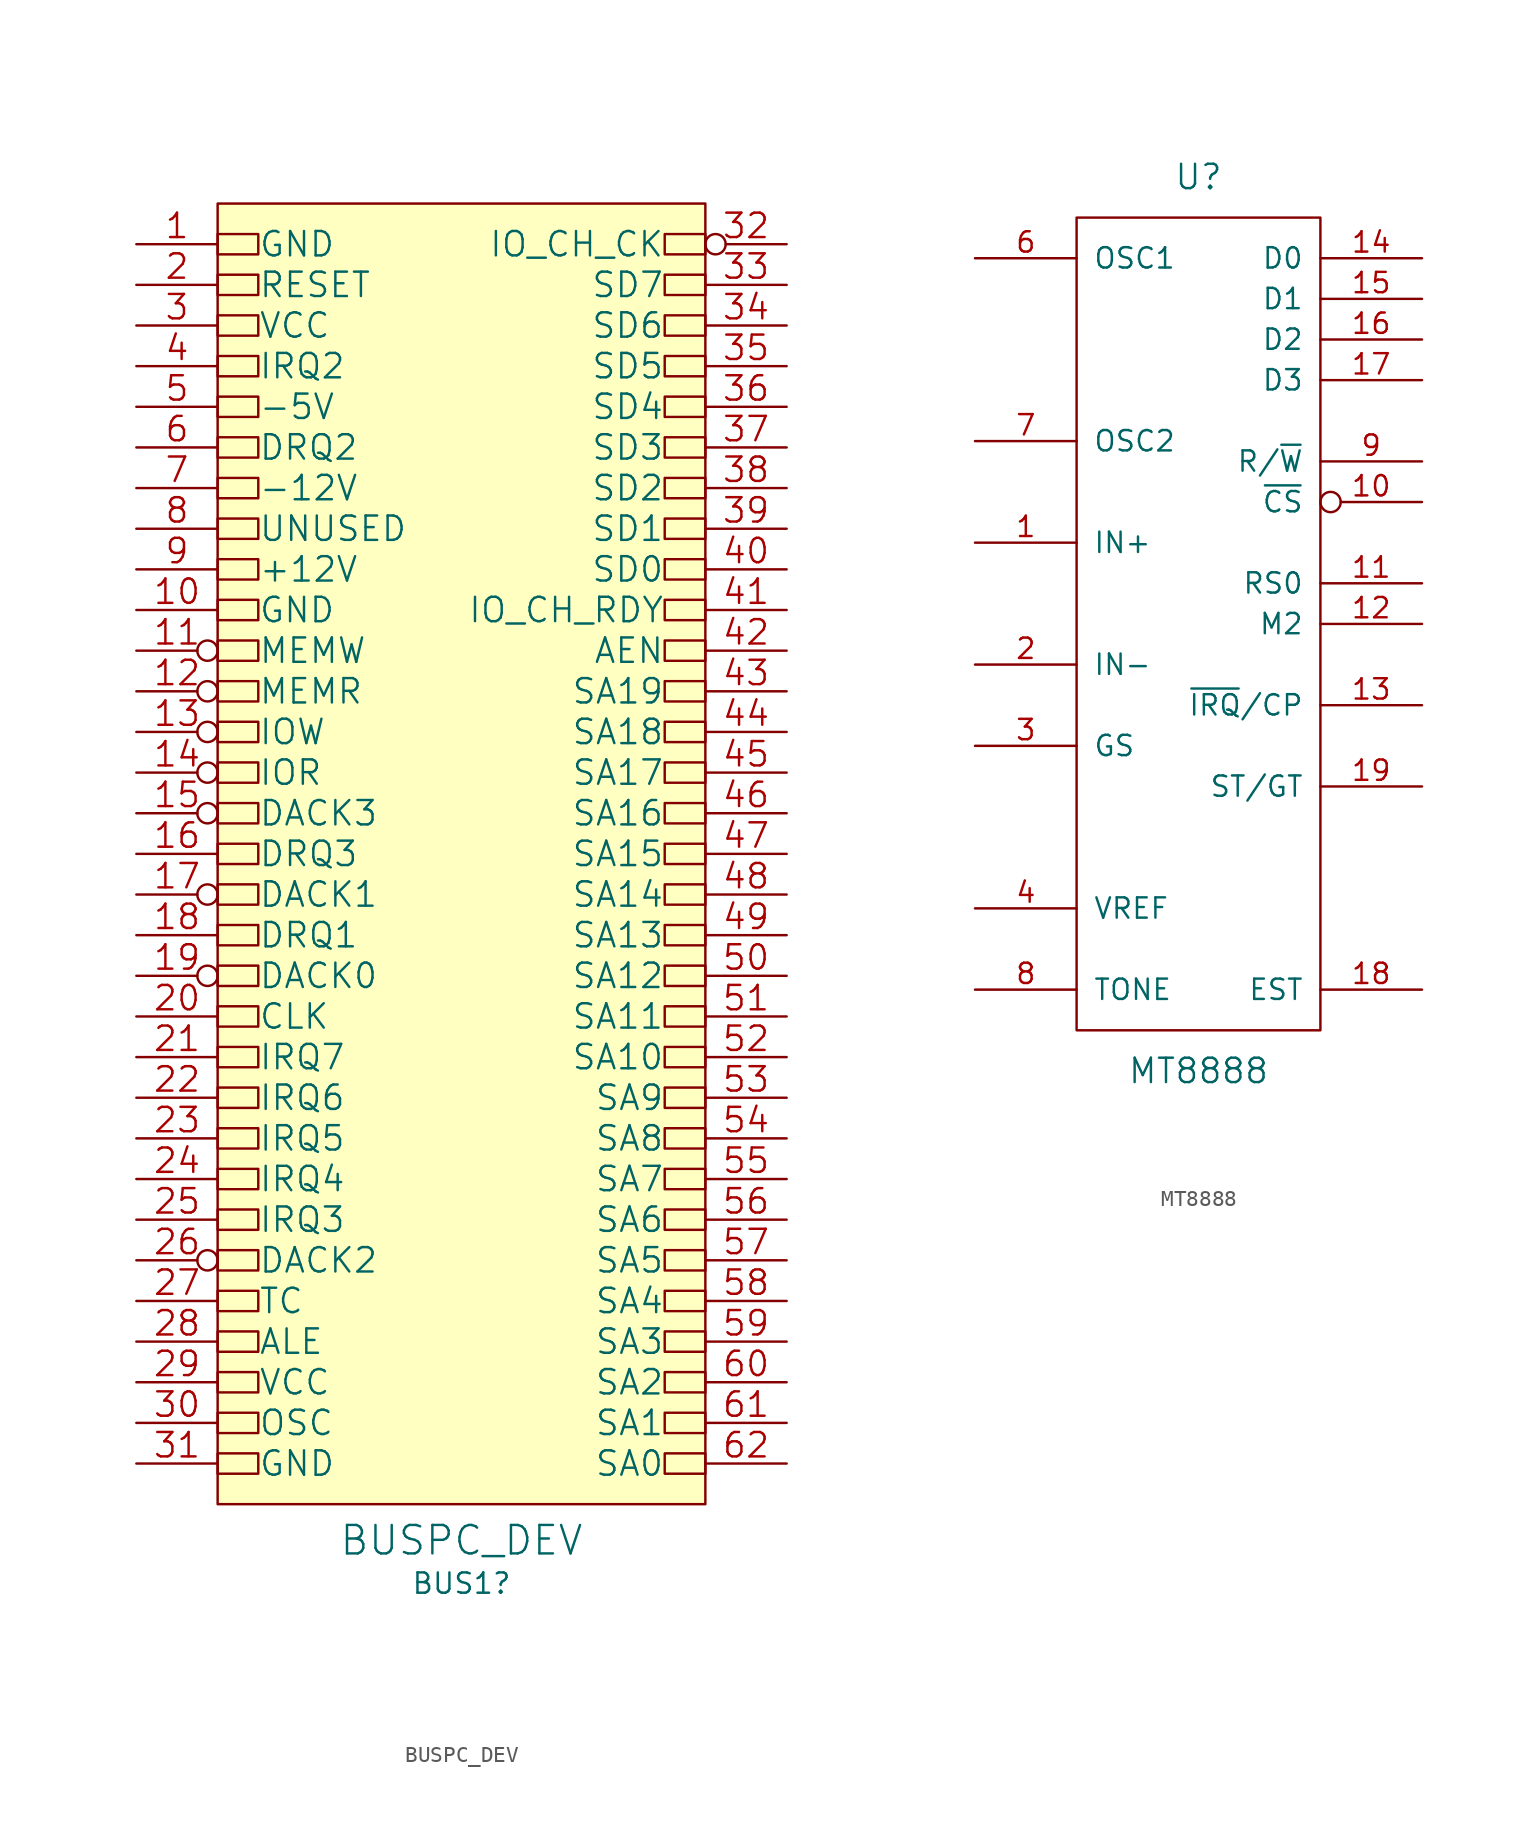
<source format=kicad_sym>
(kicad_symbol_lib
  (version 20211014)
  (generator kicad_symbol_editor)
  (symbol "BUSPC_DEV"
    (pin_names
      (offset 2.54))
    (property "Reference" "BUS1"
      (at 0 -45.593 0)
      (effects (font (size 1.27 1.27))))
    (property "Value" "BUSPC_DEV"
      (at 0 -42.901 0)
      (effects (font (size 1.778 1.778))))
    (property "Datasheet" ""
      (at 0 0 0)
      (effects (font (size 1.524 1.524))))
    (symbol "BUSPC_DEV_0_1"
      (rectangle (start -15.24 -40.64) (end 15.24 40.64) (stroke (width 0) (type default) (color 0 0 0 0)) (fill (type background)))
      (rectangle (start -15.24 -37.465) (end -12.7 -38.735) (stroke (width 0.152) (type default) (color 0 0 0 0)) (fill (type none)))
      (rectangle (start -15.24 -34.925) (end -12.7 -36.195) (stroke (width 0.152) (type default) (color 0 0 0 0)) (fill (type none)))
      (rectangle (start -15.24 -32.385) (end -12.7 -33.655) (stroke (width 0.152) (type default) (color 0 0 0 0)) (fill (type none)))
      (rectangle (start -15.24 -29.845) (end -12.7 -31.115) (stroke (width 0.152) (type default) (color 0 0 0 0)) (fill (type none)))
      (rectangle (start -15.24 -27.305) (end -12.7 -28.575) (stroke (width 0.152) (type default) (color 0 0 0 0)) (fill (type none)))
      (rectangle (start -15.24 -24.765) (end -12.7 -26.035) (stroke (width 0.152) (type default) (color 0 0 0 0)) (fill (type none)))
      (rectangle (start -15.24 -22.225) (end -12.7 -23.495) (stroke (width 0.152) (type default) (color 0 0 0 0)) (fill (type none)))
      (rectangle (start -15.24 -19.685) (end -12.7 -20.955) (stroke (width 0.152) (type default) (color 0 0 0 0)) (fill (type none)))
      (rectangle (start -15.24 -17.145) (end -12.7 -18.415) (stroke (width 0.152) (type default) (color 0 0 0 0)) (fill (type none)))
      (rectangle (start -15.24 -14.605) (end -12.7 -15.875) (stroke (width 0.152) (type default) (color 0 0 0 0)) (fill (type none)))
      (rectangle (start -15.24 -12.065) (end -12.7 -13.335) (stroke (width 0.152) (type default) (color 0 0 0 0)) (fill (type none)))
      (rectangle (start -15.24 -9.525) (end -12.7 -10.795) (stroke (width 0.152) (type default) (color 0 0 0 0)) (fill (type none)))
      (rectangle (start -15.24 -6.985) (end -12.7 -8.255) (stroke (width 0.152) (type default) (color 0 0 0 0)) (fill (type none)))
      (rectangle (start -15.24 -4.445) (end -12.7 -5.715) (stroke (width 0.152) (type default) (color 0 0 0 0)) (fill (type none)))
      (rectangle (start -15.24 -1.905) (end -12.7 -3.175) (stroke (width 0.152) (type default) (color 0 0 0 0)) (fill (type none)))
      (rectangle (start -15.24 0.635) (end -12.7 -0.635) (stroke (width 0.152) (type default) (color 0 0 0 0)) (fill (type none)))
      (rectangle (start -15.24 3.175) (end -12.7 1.905) (stroke (width 0.152) (type default) (color 0 0 0 0)) (fill (type none)))
      (rectangle (start -15.24 5.715) (end -12.7 4.445) (stroke (width 0.152) (type default) (color 0 0 0 0)) (fill (type none)))
      (rectangle (start -15.24 8.255) (end -12.7 6.985) (stroke (width 0.152) (type default) (color 0 0 0 0)) (fill (type none)))
      (rectangle (start -15.24 10.795) (end -12.7 9.525) (stroke (width 0.152) (type default) (color 0 0 0 0)) (fill (type none)))
      (rectangle (start -15.24 13.335) (end -12.7 12.065) (stroke (width 0.152) (type default) (color 0 0 0 0)) (fill (type none)))
      (rectangle (start -15.24 15.875) (end -12.7 14.605) (stroke (width 0.152) (type default) (color 0 0 0 0)) (fill (type none)))
      (rectangle (start -15.24 18.415) (end -12.7 17.145) (stroke (width 0.152) (type default) (color 0 0 0 0)) (fill (type none)))
      (rectangle (start -15.24 20.955) (end -12.7 19.685) (stroke (width 0.152) (type default) (color 0 0 0 0)) (fill (type none)))
      (rectangle (start -15.24 23.495) (end -12.7 22.225) (stroke (width 0.152) (type default) (color 0 0 0 0)) (fill (type none)))
      (rectangle (start -15.24 26.035) (end -12.7 24.765) (stroke (width 0.152) (type default) (color 0 0 0 0)) (fill (type none)))
      (rectangle (start -15.24 28.575) (end -12.7 27.305) (stroke (width 0.152) (type default) (color 0 0 0 0)) (fill (type none)))
      (rectangle (start -15.24 31.115) (end -12.7 29.845) (stroke (width 0.152) (type default) (color 0 0 0 0)) (fill (type none)))
      (rectangle (start -15.24 33.655) (end -12.7 32.385) (stroke (width 0.152) (type default) (color 0 0 0 0)) (fill (type none)))
      (rectangle (start -15.24 36.195) (end -12.7 34.925) (stroke (width 0.152) (type default) (color 0 0 0 0)) (fill (type none)))
      (rectangle (start -15.24 38.735) (end -12.7 37.465) (stroke (width 0.152) (type default) (color 0 0 0 0)) (fill (type none)))
      (rectangle (start 12.7 -37.465) (end 15.24 -38.735) (stroke (width 0.152) (type default) (color 0 0 0 0)) (fill (type none)))
      (rectangle (start 12.7 -34.925) (end 15.24 -36.195) (stroke (width 0.152) (type default) (color 0 0 0 0)) (fill (type none)))
      (rectangle (start 12.7 -32.385) (end 15.24 -33.655) (stroke (width 0.152) (type default) (color 0 0 0 0)) (fill (type none)))
      (rectangle (start 12.7 -29.845) (end 15.24 -31.115) (stroke (width 0.152) (type default) (color 0 0 0 0)) (fill (type none)))
      (rectangle (start 12.7 -27.305) (end 15.24 -28.575) (stroke (width 0.152) (type default) (color 0 0 0 0)) (fill (type none)))
      (rectangle (start 12.7 -24.765) (end 15.24 -26.035) (stroke (width 0.152) (type default) (color 0 0 0 0)) (fill (type none)))
      (rectangle (start 12.7 -22.225) (end 15.24 -23.495) (stroke (width 0.152) (type default) (color 0 0 0 0)) (fill (type none)))
      (rectangle (start 12.7 -19.685) (end 15.24 -20.955) (stroke (width 0.152) (type default) (color 0 0 0 0)) (fill (type none)))
      (rectangle (start 12.7 -17.145) (end 15.24 -18.415) (stroke (width 0.152) (type default) (color 0 0 0 0)) (fill (type none)))
      (rectangle (start 12.7 -14.605) (end 15.24 -15.875) (stroke (width 0.152) (type default) (color 0 0 0 0)) (fill (type none)))
      (rectangle (start 12.7 -12.065) (end 15.24 -13.335) (stroke (width 0.152) (type default) (color 0 0 0 0)) (fill (type none)))
      (rectangle (start 12.7 -9.525) (end 15.24 -10.795) (stroke (width 0.152) (type default) (color 0 0 0 0)) (fill (type none)))
      (rectangle (start 12.7 -6.985) (end 15.24 -8.255) (stroke (width 0.152) (type default) (color 0 0 0 0)) (fill (type none)))
      (rectangle (start 12.7 -4.445) (end 15.24 -5.715) (stroke (width 0.152) (type default) (color 0 0 0 0)) (fill (type none)))
      (rectangle (start 12.7 -1.905) (end 15.24 -3.175) (stroke (width 0.152) (type default) (color 0 0 0 0)) (fill (type none)))
      (rectangle (start 12.7 0.635) (end 15.24 -0.635) (stroke (width 0.152) (type default) (color 0 0 0 0)) (fill (type none)))
      (rectangle (start 12.7 3.175) (end 15.24 1.905) (stroke (width 0.152) (type default) (color 0 0 0 0)) (fill (type none)))
      (rectangle (start 12.7 5.715) (end 15.24 4.445) (stroke (width 0.152) (type default) (color 0 0 0 0)) (fill (type none)))
      (rectangle (start 12.7 8.255) (end 15.24 6.985) (stroke (width 0.152) (type default) (color 0 0 0 0)) (fill (type none)))
      (rectangle (start 12.7 10.795) (end 15.24 9.525) (stroke (width 0.152) (type default) (color 0 0 0 0)) (fill (type none)))
      (rectangle (start 12.7 13.335) (end 15.24 12.065) (stroke (width 0.152) (type default) (color 0 0 0 0)) (fill (type none)))
      (rectangle (start 12.7 15.875) (end 15.24 14.605) (stroke (width 0.152) (type default) (color 0 0 0 0)) (fill (type none)))
      (rectangle (start 12.7 18.415) (end 15.24 17.145) (stroke (width 0.152) (type default) (color 0 0 0 0)) (fill (type none)))
      (rectangle (start 12.7 20.955) (end 15.24 19.685) (stroke (width 0.152) (type default) (color 0 0 0 0)) (fill (type none)))
      (rectangle (start 12.7 23.495) (end 15.24 22.225) (stroke (width 0.152) (type default) (color 0 0 0 0)) (fill (type none)))
      (rectangle (start 12.7 26.035) (end 15.24 24.765) (stroke (width 0.152) (type default) (color 0 0 0 0)) (fill (type none)))
      (rectangle (start 12.7 28.575) (end 15.24 27.305) (stroke (width 0.152) (type default) (color 0 0 0 0)) (fill (type none)))
      (rectangle (start 12.7 31.115) (end 15.24 29.845) (stroke (width 0.152) (type default) (color 0 0 0 0)) (fill (type none)))
      (rectangle (start 12.7 33.655) (end 15.24 32.385) (stroke (width 0.152) (type default) (color 0 0 0 0)) (fill (type none)))
      (rectangle (start 12.7 36.195) (end 15.24 34.925) (stroke (width 0.152) (type default) (color 0 0 0 0)) (fill (type none)))
      (rectangle (start 12.7 38.735) (end 15.24 37.465) (stroke (width 0.152) (type default) (color 0 0 0 0)) (fill (type none))))
    (symbol "BUSPC_DEV_1_1"
      (pin power_out line (at -20.32 38.1 0) (length 5.08) (name "GND" (effects (font (size 1.524 1.524)))) (number "1" (effects (font (size 1.524 1.524)))))
      (pin power_in line (at -20.32 15.24 0) (length 5.08) (name "GND" (effects (font (size 1.524 1.524)))) (number "10" (effects (font (size 1.524 1.524)))))
      (pin output inverted (at -20.32 12.7 0) (length 5.08) (name "MEMW" (effects (font (size 1.524 1.524)))) (number "11" (effects (font (size 1.524 1.524)))))
      (pin output inverted (at -20.32 10.16 0) (length 5.08) (name "MEMR" (effects (font (size 1.524 1.524)))) (number "12" (effects (font (size 1.524 1.524)))))
      (pin output inverted (at -20.32 7.62 0) (length 5.08) (name "IOW" (effects (font (size 1.524 1.524)))) (number "13" (effects (font (size 1.524 1.524)))))
      (pin output inverted (at -20.32 5.08 0) (length 5.08) (name "IOR" (effects (font (size 1.524 1.524)))) (number "14" (effects (font (size 1.524 1.524)))))
      (pin output inverted (at -20.32 2.54 0) (length 5.08) (name "DACK3" (effects (font (size 1.524 1.524)))) (number "15" (effects (font (size 1.524 1.524)))))
      (pin input line (at -20.32 0 0) (length 5.08) (name "DRQ3" (effects (font (size 1.524 1.524)))) (number "16" (effects (font (size 1.524 1.524)))))
      (pin output inverted (at -20.32 -2.54 0) (length 5.08) (name "DACK1" (effects (font (size 1.524 1.524)))) (number "17" (effects (font (size 1.524 1.524)))))
      (pin input line (at -20.32 -5.08 0) (length 5.08) (name "DRQ1" (effects (font (size 1.524 1.524)))) (number "18" (effects (font (size 1.524 1.524)))))
      (pin output inverted (at -20.32 -7.62 0) (length 5.08) (name "DACK0" (effects (font (size 1.524 1.524)))) (number "19" (effects (font (size 1.524 1.524)))))
      (pin output line (at -20.32 35.56 0) (length 5.08) (name "RESET" (effects (font (size 1.524 1.524)))) (number "2" (effects (font (size 1.524 1.524)))))
      (pin output line (at -20.32 -10.16 0) (length 5.08) (name "CLK" (effects (font (size 1.524 1.524)))) (number "20" (effects (font (size 1.524 1.524)))))
      (pin input line (at -20.32 -12.7 0) (length 5.08) (name "IRQ7" (effects (font (size 1.524 1.524)))) (number "21" (effects (font (size 1.524 1.524)))))
      (pin input line (at -20.32 -15.24 0) (length 5.08) (name "IRQ6" (effects (font (size 1.524 1.524)))) (number "22" (effects (font (size 1.524 1.524)))))
      (pin input line (at -20.32 -17.78 0) (length 5.08) (name "IRQ5" (effects (font (size 1.524 1.524)))) (number "23" (effects (font (size 1.524 1.524)))))
      (pin input line (at -20.32 -20.32 0) (length 5.08) (name "IRQ4" (effects (font (size 1.524 1.524)))) (number "24" (effects (font (size 1.524 1.524)))))
      (pin input line (at -20.32 -22.86 0) (length 5.08) (name "IRQ3" (effects (font (size 1.524 1.524)))) (number "25" (effects (font (size 1.524 1.524)))))
      (pin output inverted (at -20.32 -25.4 0) (length 5.08) (name "DACK2" (effects (font (size 1.524 1.524)))) (number "26" (effects (font (size 1.524 1.524)))))
      (pin output line (at -20.32 -27.94 0) (length 5.08) (name "TC" (effects (font (size 1.524 1.524)))) (number "27" (effects (font (size 1.524 1.524)))))
      (pin output line (at -20.32 -30.48 0) (length 5.08) (name "ALE" (effects (font (size 1.524 1.524)))) (number "28" (effects (font (size 1.524 1.524)))))
      (pin power_out line (at -20.32 -33.02 0) (length 5.08) (name "VCC" (effects (font (size 1.524 1.524)))) (number "29" (effects (font (size 1.524 1.524)))))
      (pin power_out line (at -20.32 33.02 0) (length 5.08) (name "VCC" (effects (font (size 1.524 1.524)))) (number "3" (effects (font (size 1.524 1.524)))))
      (pin output line (at -20.32 -35.56 0) (length 5.08) (name "OSC" (effects (font (size 1.524 1.524)))) (number "30" (effects (font (size 1.524 1.524)))))
      (pin power_out line (at -20.32 -38.1 0) (length 5.08) (name "GND" (effects (font (size 1.524 1.524)))) (number "31" (effects (font (size 1.524 1.524)))))
      (pin input inverted (at 20.32 38.1 180) (length 5.08) (name "IO_CH_CK" (effects (font (size 1.524 1.524)))) (number "32" (effects (font (size 1.524 1.524)))))
      (pin bidirectional line (at 20.32 35.56 180) (length 5.08) (name "SD7" (effects (font (size 1.524 1.524)))) (number "33" (effects (font (size 1.524 1.524)))))
      (pin bidirectional line (at 20.32 33.02 180) (length 5.08) (name "SD6" (effects (font (size 1.524 1.524)))) (number "34" (effects (font (size 1.524 1.524)))))
      (pin bidirectional line (at 20.32 30.48 180) (length 5.08) (name "SD5" (effects (font (size 1.524 1.524)))) (number "35" (effects (font (size 1.524 1.524)))))
      (pin bidirectional line (at 20.32 27.94 180) (length 5.08) (name "SD4" (effects (font (size 1.524 1.524)))) (number "36" (effects (font (size 1.524 1.524)))))
      (pin bidirectional line (at 20.32 25.4 180) (length 5.08) (name "SD3" (effects (font (size 1.524 1.524)))) (number "37" (effects (font (size 1.524 1.524)))))
      (pin bidirectional line (at 20.32 22.86 180) (length 5.08) (name "SD2" (effects (font (size 1.524 1.524)))) (number "38" (effects (font (size 1.524 1.524)))))
      (pin bidirectional line (at 20.32 20.32 180) (length 5.08) (name "SD1" (effects (font (size 1.524 1.524)))) (number "39" (effects (font (size 1.524 1.524)))))
      (pin input line (at -20.32 30.48 0) (length 5.08) (name "IRQ2" (effects (font (size 1.524 1.524)))) (number "4" (effects (font (size 1.524 1.524)))))
      (pin bidirectional line (at 20.32 17.78 180) (length 5.08) (name "SD0" (effects (font (size 1.524 1.524)))) (number "40" (effects (font (size 1.524 1.524)))))
      (pin input line (at 20.32 15.24 180) (length 5.08) (name "IO_CH_RDY" (effects (font (size 1.524 1.524)))) (number "41" (effects (font (size 1.524 1.524)))))
      (pin output line (at 20.32 12.7 180) (length 5.08) (name "AEN" (effects (font (size 1.524 1.524)))) (number "42" (effects (font (size 1.524 1.524)))))
      (pin output line (at 20.32 10.16 180) (length 5.08) (name "SA19" (effects (font (size 1.524 1.524)))) (number "43" (effects (font (size 1.524 1.524)))))
      (pin output line (at 20.32 7.62 180) (length 5.08) (name "SA18" (effects (font (size 1.524 1.524)))) (number "44" (effects (font (size 1.524 1.524)))))
      (pin output line (at 20.32 5.08 180) (length 5.08) (name "SA17" (effects (font (size 1.524 1.524)))) (number "45" (effects (font (size 1.524 1.524)))))
      (pin output line (at 20.32 2.54 180) (length 5.08) (name "SA16" (effects (font (size 1.524 1.524)))) (number "46" (effects (font (size 1.524 1.524)))))
      (pin output line (at 20.32 0 180) (length 5.08) (name "SA15" (effects (font (size 1.524 1.524)))) (number "47" (effects (font (size 1.524 1.524)))))
      (pin output line (at 20.32 -2.54 180) (length 5.08) (name "SA14" (effects (font (size 1.524 1.524)))) (number "48" (effects (font (size 1.524 1.524)))))
      (pin output line (at 20.32 -5.08 180) (length 5.08) (name "SA13" (effects (font (size 1.524 1.524)))) (number "49" (effects (font (size 1.524 1.524)))))
      (pin power_out line (at -20.32 27.94 0) (length 5.08) (name "-5V" (effects (font (size 1.524 1.524)))) (number "5" (effects (font (size 1.524 1.524)))))
      (pin output line (at 20.32 -7.62 180) (length 5.08) (name "SA12" (effects (font (size 1.524 1.524)))) (number "50" (effects (font (size 1.524 1.524)))))
      (pin output line (at 20.32 -10.16 180) (length 5.08) (name "SA11" (effects (font (size 1.524 1.524)))) (number "51" (effects (font (size 1.524 1.524)))))
      (pin output line (at 20.32 -12.7 180) (length 5.08) (name "SA10" (effects (font (size 1.524 1.524)))) (number "52" (effects (font (size 1.524 1.524)))))
      (pin output line (at 20.32 -15.24 180) (length 5.08) (name "SA9" (effects (font (size 1.524 1.524)))) (number "53" (effects (font (size 1.524 1.524)))))
      (pin output line (at 20.32 -17.78 180) (length 5.08) (name "SA8" (effects (font (size 1.524 1.524)))) (number "54" (effects (font (size 1.524 1.524)))))
      (pin output line (at 20.32 -20.32 180) (length 5.08) (name "SA7" (effects (font (size 1.524 1.524)))) (number "55" (effects (font (size 1.524 1.524)))))
      (pin output line (at 20.32 -22.86 180) (length 5.08) (name "SA6" (effects (font (size 1.524 1.524)))) (number "56" (effects (font (size 1.524 1.524)))))
      (pin output line (at 20.32 -25.4 180) (length 5.08) (name "SA5" (effects (font (size 1.524 1.524)))) (number "57" (effects (font (size 1.524 1.524)))))
      (pin output line (at 20.32 -27.94 180) (length 5.08) (name "SA4" (effects (font (size 1.524 1.524)))) (number "58" (effects (font (size 1.524 1.524)))))
      (pin output line (at 20.32 -30.48 180) (length 5.08) (name "SA3" (effects (font (size 1.524 1.524)))) (number "59" (effects (font (size 1.524 1.524)))))
      (pin input line (at -20.32 25.4 0) (length 5.08) (name "DRQ2" (effects (font (size 1.524 1.524)))) (number "6" (effects (font (size 1.524 1.524)))))
      (pin output line (at 20.32 -33.02 180) (length 5.08) (name "SA2" (effects (font (size 1.524 1.524)))) (number "60" (effects (font (size 1.524 1.524)))))
      (pin output line (at 20.32 -35.56 180) (length 5.08) (name "SA1" (effects (font (size 1.524 1.524)))) (number "61" (effects (font (size 1.524 1.524)))))
      (pin output line (at 20.32 -38.1 180) (length 5.08) (name "SA0" (effects (font (size 1.524 1.524)))) (number "62" (effects (font (size 1.524 1.524)))))
      (pin power_out line (at -20.32 22.86 0) (length 5.08) (name "-12V" (effects (font (size 1.524 1.524)))) (number "7" (effects (font (size 1.524 1.524)))))
      (pin passive line (at -20.32 20.32 0) (length 5.08) (name "UNUSED" (effects (font (size 1.524 1.524)))) (number "8" (effects (font (size 1.524 1.524)))))
      (pin power_out line (at -20.32 17.78 0) (length 5.08) (name "+12V" (effects (font (size 1.524 1.524)))) (number "9" (effects (font (size 1.524 1.524)))))))
  (symbol "MT8888"
    (pin_names
      (offset 1.016))
    (property "Reference" "U"
      (at 0 27.94 0)
      (effects (font (size 1.524 1.524))))
    (property "Value" "MT8888"
      (at 0 -27.94 0)
      (effects (font (size 1.524 1.524))))
    (property "Footprint" ""
      (at 0 0 0)
      (effects (font (size 1.524 1.524))))
    (property "Datasheet" ""
      (at 0 0 0)
      (effects (font (size 1.524 1.524))))
    (symbol "MT8888_0_1"
      (rectangle (start -7.62 25.4) (end 7.62 -25.4) (stroke (width 0) (type default) (color 0 0 0 0)) (fill (type none))))
    (symbol "MT8888_1_1"
      (pin passive line (at -13.97 5.08 0) (length 6.35) (name "IN+" (effects (font (size 1.27 1.27)))) (number "1" (effects (font (size 1.27 1.27)))))
      (pin input inverted (at 13.97 7.62 180) (length 6.35) (name "~{CS}" (effects (font (size 1.27 1.27)))) (number "10" (effects (font (size 1.27 1.27)))))
      (pin input line (at 13.97 2.54 180) (length 6.35) (name "RS0" (effects (font (size 1.27 1.27)))) (number "11" (effects (font (size 1.27 1.27)))))
      (pin input line (at 13.97 0 180) (length 6.35) (name "M2" (effects (font (size 1.27 1.27)))) (number "12" (effects (font (size 1.27 1.27)))))
      (pin output line (at 13.97 -5.08 180) (length 6.35) (name "~{IRQ}/CP" (effects (font (size 1.27 1.27)))) (number "13" (effects (font (size 1.27 1.27)))))
      (pin bidirectional line (at 13.97 22.86 180) (length 6.35) (name "D0" (effects (font (size 1.27 1.27)))) (number "14" (effects (font (size 1.27 1.27)))))
      (pin bidirectional line (at 13.97 20.32 180) (length 6.35) (name "D1" (effects (font (size 1.27 1.27)))) (number "15" (effects (font (size 1.27 1.27)))))
      (pin bidirectional line (at 13.97 17.78 180) (length 6.35) (name "D2" (effects (font (size 1.27 1.27)))) (number "16" (effects (font (size 1.27 1.27)))))
      (pin bidirectional line (at 13.97 15.24 180) (length 6.35) (name "D3" (effects (font (size 1.27 1.27)))) (number "17" (effects (font (size 1.27 1.27)))))
      (pin output line (at 13.97 -22.86 180) (length 6.35) (name "EST" (effects (font (size 1.27 1.27)))) (number "18" (effects (font (size 1.27 1.27)))))
      (pin input line (at 13.97 -10.16 180) (length 6.35) (name "ST/GT" (effects (font (size 1.27 1.27)))) (number "19" (effects (font (size 1.27 1.27)))))
      (pin passive line (at -13.97 -2.54 0) (length 6.35) (name "IN-" (effects (font (size 1.27 1.27)))) (number "2" (effects (font (size 1.27 1.27)))))
      (pin power_in line (at 0 25.4 270) (length 0) hide (name "VDD" (effects (font (size 1.27 1.27)))) (number "20" (effects (font (size 1.27 1.27)))))
      (pin passive line (at -13.97 -7.62 0) (length 6.35) (name "GS" (effects (font (size 1.27 1.27)))) (number "3" (effects (font (size 1.27 1.27)))))
      (pin passive line (at -13.97 -17.78 0) (length 6.35) (name "VREF" (effects (font (size 1.27 1.27)))) (number "4" (effects (font (size 1.27 1.27)))))
      (pin power_in line (at 0 -25.4 90) (length 0) hide (name "VSS" (effects (font (size 1.27 1.27)))) (number "5" (effects (font (size 1.27 1.27)))))
      (pin passive line (at -13.97 22.86 0) (length 6.35) (name "OSC1" (effects (font (size 1.27 1.27)))) (number "6" (effects (font (size 1.27 1.27)))))
      (pin output line (at -13.97 11.43 0) (length 6.35) (name "OSC2" (effects (font (size 1.27 1.27)))) (number "7" (effects (font (size 1.27 1.27)))))
      (pin output line (at -13.97 -22.86 0) (length 6.35) (name "TONE" (effects (font (size 1.27 1.27)))) (number "8" (effects (font (size 1.27 1.27)))))
      (pin input line (at 13.97 10.16 180) (length 6.35) (name "R/~{W}" (effects (font (size 1.27 1.27)))) (number "9" (effects (font (size 1.27 1.27))))))))
</source>
